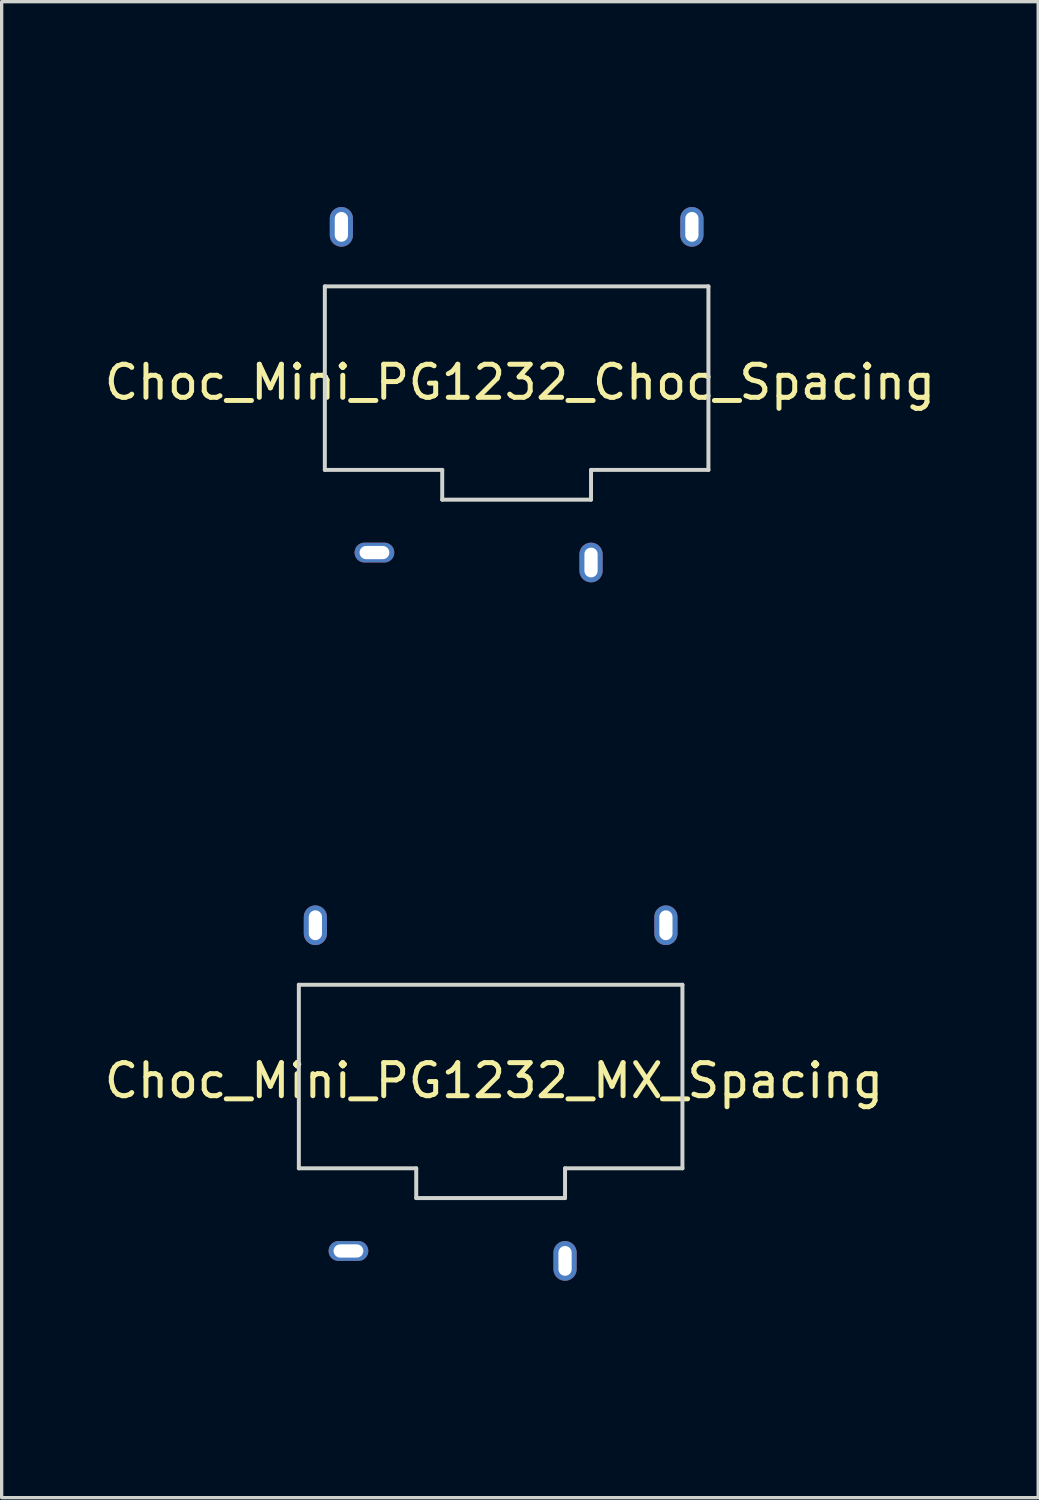
<source format=kicad_pcb>
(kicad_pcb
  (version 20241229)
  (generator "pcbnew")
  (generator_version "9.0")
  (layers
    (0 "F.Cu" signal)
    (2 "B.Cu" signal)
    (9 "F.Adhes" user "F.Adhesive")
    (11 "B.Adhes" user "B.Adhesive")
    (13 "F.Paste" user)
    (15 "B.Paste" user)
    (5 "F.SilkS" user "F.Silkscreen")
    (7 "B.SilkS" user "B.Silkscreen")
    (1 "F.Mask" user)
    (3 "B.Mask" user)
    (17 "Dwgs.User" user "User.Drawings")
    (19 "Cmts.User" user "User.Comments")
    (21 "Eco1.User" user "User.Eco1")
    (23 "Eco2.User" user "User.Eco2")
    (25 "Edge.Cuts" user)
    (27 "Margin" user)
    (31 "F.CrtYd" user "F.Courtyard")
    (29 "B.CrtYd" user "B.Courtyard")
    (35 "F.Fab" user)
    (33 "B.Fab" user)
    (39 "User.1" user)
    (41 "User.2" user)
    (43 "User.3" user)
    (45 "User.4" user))
  (footprint "Choc_Mini_PG1232_MX_Spacing"
    (layer "F.Cu")
    (at 11.787 29.68)
    (property "Reference" "Choc_Mini_PG1232_MX_Spacing" (at 0.1 -0.05 0) (layer "F.SilkS") (effects (font (size 1 1) (thickness 0.15))))
    (attr through_hole)
    (fp_line (start -9.5 -9.5) (end -9.5 9.5) (stroke (width 0.12) (type solid)) (layer "Eco1.User"))
    (fp_line (start -9.5 -9.5) (end 9.5 -9.5) (stroke (width 0.12) (type solid)) (layer "Eco1.User"))
    (fp_line (start -9.5 9.5) (end 9.5 9.5) (stroke (width 0.12) (type solid)) (layer "Eco1.User"))
    (fp_line (start 9.5 -9.5) (end 9.5 9.5) (stroke (width 0.12) (type solid)) (layer "Eco1.User"))
    (fp_line (start -7.25 -6.75) (end -7.25 6.75) (stroke (width 0.15) (type solid)) (layer "Eco2.User"))
    (fp_line (start -7.25 -6.75) (end 7.25 -6.75) (stroke (width 0.15) (type solid)) (layer "Eco2.User"))
    (fp_line (start -7.25 6.75) (end 7.25 6.75) (stroke (width 0.15) (type solid)) (layer "Eco2.User"))
    (fp_line (start -2.8 -3.2) (end -2.8 -5.35) (stroke (width 0.15) (type solid)) (layer "Eco2.User"))
    (fp_line (start -2.8 -3.2) (end 2.8 -3.2) (stroke (width 0.15) (type solid)) (layer "Eco2.User"))
    (fp_line (start 2.8 -5.35) (end -2.8 -5.35) (stroke (width 0.15) (type solid)) (layer "Eco2.User"))
    (fp_line (start 2.8 -3.2) (end 2.8 -5.35) (stroke (width 0.15) (type solid)) (layer "Eco2.User"))
    (fp_line (start 7.25 -6.75) (end 7.25 6.75) (stroke (width 0.15) (type solid)) (layer "Eco2.User"))
    (fp_line (start -5.8 -2.95) (end 5.8 -2.95) (stroke (width 0.12) (type solid)) (layer "Edge.Cuts"))
    (fp_line (start -5.8 2.6) (end -5.8 -2.95) (stroke (width 0.12) (type solid)) (layer "Edge.Cuts"))
    (fp_line (start -2.25 2.6) (end -5.8 2.6) (stroke (width 0.12) (type solid)) (layer "Edge.Cuts"))
    (fp_line (start -2.25 2.6) (end -2.25 3.5) (stroke (width 0.12) (type solid)) (layer "Edge.Cuts"))
    (fp_line (start -2.25 3.5) (end 2.25 3.5) (stroke (width 0.12) (type solid)) (layer "Edge.Cuts"))
    (fp_line (start 2.25 2.6) (end 5.8 2.6) (stroke (width 0.12) (type solid)) (layer "Edge.Cuts"))
    (fp_line (start 2.25 3.5) (end 2.25 2.6) (stroke (width 0.12) (type solid)) (layer "Edge.Cuts"))
    (fp_line (start 5.8 -2.95) (end 5.8 2.6) (stroke (width 0.12) (type solid)) (layer "Edge.Cuts"))
    (pad "1" thru_hole oval (at -4.3 5.1) (size 1.2 0.6) (drill oval 0.9 0.4) (layers "*.Cu" "*.Mask"))
    (pad "2" thru_hole oval (at 2.25 5.4) (size 0.7 1.2) (drill oval 0.4 0.9) (layers "*.Cu" "*.Mask"))
    (pad "3" thru_hole oval (at 5.3 -4.75) (size 0.7 1.2) (drill oval 0.4 0.9) (layers "*.Cu" "*.Mask"))
    (pad "4" thru_hole oval (at -5.3 -4.75) (size 0.7 1.2) (drill oval 0.4 0.9) (layers "*.Cu" "*.Mask")))
  (footprint "Choc_Mini_PG1232_Choc_Spacing"
    (layer "F.Cu")
    (at 12.573 8.56)
    (property "Reference" "Choc_Mini_PG1232_Choc_Spacing" (at 0.1 -0.05 0) (layer "F.SilkS") (effects (font (size 1 1) (thickness 0.15))))
    (attr through_hole)
    (fp_line (start -9 -8.5) (end -9 8.5) (stroke (width 0.12) (type solid)) (layer "Eco1.User"))
    (fp_line (start -9 -8.5) (end 9 -8.5) (stroke (width 0.12) (type solid)) (layer "Eco1.User"))
    (fp_line (start -9 8.5) (end 9 8.5) (stroke (width 0.12) (type solid)) (layer "Eco1.User"))
    (fp_line (start 9 -8.5) (end 9 8.5) (stroke (width 0.12) (type solid)) (layer "Eco1.User"))
    (fp_line (start -7.25 -6.75) (end -7.25 6.75) (stroke (width 0.15) (type solid)) (layer "Eco2.User"))
    (fp_line (start -7.25 -6.75) (end 7.25 -6.75) (stroke (width 0.15) (type solid)) (layer "Eco2.User"))
    (fp_line (start -7.25 6.75) (end 7.25 6.75) (stroke (width 0.15) (type solid)) (layer "Eco2.User"))
    (fp_line (start -2.8 -3.2) (end -2.8 -5.35) (stroke (width 0.15) (type solid)) (layer "Eco2.User"))
    (fp_line (start -2.8 -3.2) (end 2.8 -3.2) (stroke (width 0.15) (type solid)) (layer "Eco2.User"))
    (fp_line (start 2.8 -5.35) (end -2.8 -5.35) (stroke (width 0.15) (type solid)) (layer "Eco2.User"))
    (fp_line (start 2.8 -3.2) (end 2.8 -5.35) (stroke (width 0.15) (type solid)) (layer "Eco2.User"))
    (fp_line (start 7.25 -6.75) (end 7.25 6.75) (stroke (width 0.15) (type solid)) (layer "Eco2.User"))
    (fp_line (start -5.8 -2.95) (end 5.8 -2.95) (stroke (width 0.12) (type solid)) (layer "Edge.Cuts"))
    (fp_line (start -5.8 2.6) (end -5.8 -2.95) (stroke (width 0.12) (type solid)) (layer "Edge.Cuts"))
    (fp_line (start -2.25 2.6) (end -5.8 2.6) (stroke (width 0.12) (type solid)) (layer "Edge.Cuts"))
    (fp_line (start -2.25 2.6) (end -2.25 3.5) (stroke (width 0.12) (type solid)) (layer "Edge.Cuts"))
    (fp_line (start -2.25 3.5) (end 2.25 3.5) (stroke (width 0.12) (type solid)) (layer "Edge.Cuts"))
    (fp_line (start 2.25 2.6) (end 5.8 2.6) (stroke (width 0.12) (type solid)) (layer "Edge.Cuts"))
    (fp_line (start 2.25 3.5) (end 2.25 2.6) (stroke (width 0.12) (type solid)) (layer "Edge.Cuts"))
    (fp_line (start 5.8 -2.95) (end 5.8 2.6) (stroke (width 0.12) (type solid)) (layer "Edge.Cuts"))
    (pad "1" thru_hole oval (at -4.3 5.1) (size 1.2 0.6) (drill oval 0.9 0.4) (layers "*.Cu" "*.Mask"))
    (pad "2" thru_hole oval (at 2.25 5.4) (size 0.7 1.2) (drill oval 0.4 0.9) (layers "*.Cu" "*.Mask"))
    (pad "3" thru_hole oval (at 5.3 -4.75) (size 0.7 1.2) (drill oval 0.4 0.9) (layers "*.Cu" "*.Mask"))
    (pad "4" thru_hole oval (at -5.3 -4.75) (size 0.7 1.2) (drill oval 0.4 0.9) (layers "*.Cu" "*.Mask")))
  (gr_rect
    (start -3 -3)
    (end 28.345 42.24)
    (stroke (width 0.1) (type default))
    (fill no)
    (layer "Edge.Cuts")))
</source>
